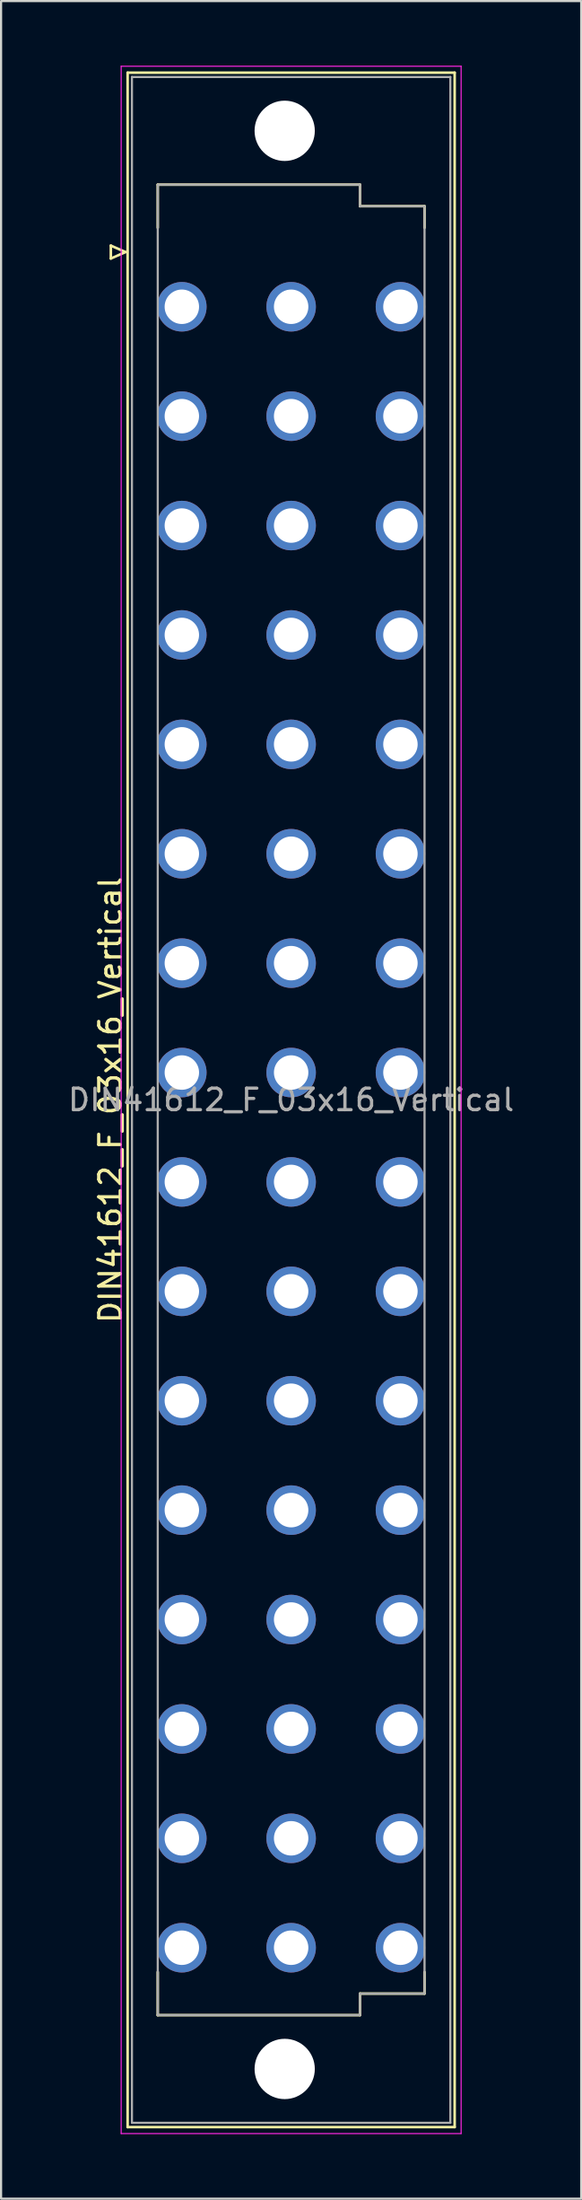
<source format=kicad_pcb>
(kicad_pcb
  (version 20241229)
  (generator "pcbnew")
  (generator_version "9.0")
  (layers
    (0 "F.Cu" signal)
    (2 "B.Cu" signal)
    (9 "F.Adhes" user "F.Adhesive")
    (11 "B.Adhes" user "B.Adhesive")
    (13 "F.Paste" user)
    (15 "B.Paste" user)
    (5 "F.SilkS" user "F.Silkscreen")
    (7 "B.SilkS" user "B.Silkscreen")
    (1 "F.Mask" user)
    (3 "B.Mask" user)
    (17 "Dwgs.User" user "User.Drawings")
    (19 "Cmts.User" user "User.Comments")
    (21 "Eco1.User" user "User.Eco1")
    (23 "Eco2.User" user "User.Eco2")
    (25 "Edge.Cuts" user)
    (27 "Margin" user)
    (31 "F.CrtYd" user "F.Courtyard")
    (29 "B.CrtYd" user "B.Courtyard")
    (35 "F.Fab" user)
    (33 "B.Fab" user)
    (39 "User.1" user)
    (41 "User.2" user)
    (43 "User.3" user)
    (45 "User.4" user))
  (footprint "DIN41612_F_03x16_Vertical"
    (layer "F.Cu")
    (at 7.942 8.655)
    (property "Reference" "DIN41612_F_03x16_Vertical" (at -5.86 39.37 90) (layer "F.SilkS") (effects (font (size 1 1) (thickness 0.15))))
    (attr through_hole)
    (fp_line (start -5.84 -0.3) (end -5.84 0.3) (stroke (width 0.12) (type solid)) (layer "F.SilkS"))
    (fp_line (start -5.84 0.3) (end -5.16 0) (stroke (width 0.12) (type solid)) (layer "F.SilkS"))
    (fp_line (start -5.16 0) (end -5.84 -0.3) (stroke (width 0.12) (type solid)) (layer "F.SilkS"))
    (fp_line (start -5.06 -8.33) (end 10.14 -8.33) (stroke (width 0.12) (type solid)) (layer "F.SilkS"))
    (fp_line (start -5.06 87.07) (end -5.06 -8.33) (stroke (width 0.12) (type solid)) (layer "F.SilkS"))
    (fp_line (start -3.66 -3.13) (end 5.74 -3.13) (stroke (width 0.12) (type solid)) (layer "F.SilkS"))
    (fp_line (start -3.66 -1.13) (end -3.66 -3.13) (stroke (width 0.12) (type solid)) (layer "F.SilkS"))
    (fp_line (start -3.66 79.87) (end -3.66 81.87) (stroke (width 0.12) (type solid)) (layer "F.SilkS"))
    (fp_line (start -3.66 81.87) (end 5.74 81.87) (stroke (width 0.12) (type solid)) (layer "F.SilkS"))
    (fp_line (start 5.74 -3.13) (end 5.74 -2.13) (stroke (width 0.12) (type solid)) (layer "F.SilkS"))
    (fp_line (start 5.74 -2.13) (end 8.74 -2.13) (stroke (width 0.12) (type solid)) (layer "F.SilkS"))
    (fp_line (start 5.74 80.87) (end 8.74 80.87) (stroke (width 0.12) (type solid)) (layer "F.SilkS"))
    (fp_line (start 5.74 81.87) (end 5.74 80.87) (stroke (width 0.12) (type solid)) (layer "F.SilkS"))
    (fp_line (start 8.74 -2.13) (end 8.74 -1.13) (stroke (width 0.12) (type solid)) (layer "F.SilkS"))
    (fp_line (start 8.74 80.87) (end 8.74 79.87) (stroke (width 0.12) (type solid)) (layer "F.SilkS"))
    (fp_line (start 10.14 -8.33) (end 10.14 87.07) (stroke (width 0.12) (type solid)) (layer "F.SilkS"))
    (fp_line (start 10.14 87.07) (end -5.06 87.07) (stroke (width 0.12) (type solid)) (layer "F.SilkS"))
    (fp_line (start -5.36 -8.63) (end 10.44 -8.63) (stroke (width 0.05) (type solid)) (layer "F.CrtYd"))
    (fp_line (start -5.36 87.37) (end -5.36 -8.63) (stroke (width 0.05) (type solid)) (layer "F.CrtYd"))
    (fp_line (start 10.44 -8.63) (end 10.44 87.37) (stroke (width 0.05) (type solid)) (layer "F.CrtYd"))
    (fp_line (start 10.44 87.37) (end -5.36 87.37) (stroke (width 0.05) (type solid)) (layer "F.CrtYd"))
    (fp_line (start -4.86 -8.13) (end 9.94 -8.13) (stroke (width 0.1) (type solid)) (layer "F.Fab"))
    (fp_line (start -4.86 86.87) (end -4.86 -8.13) (stroke (width 0.1) (type solid)) (layer "F.Fab"))
    (fp_line (start -3.66 -3.13) (end 5.74 -3.13) (stroke (width 0.1) (type solid)) (layer "F.Fab"))
    (fp_line (start -3.66 81.87) (end -3.66 -3.13) (stroke (width 0.1) (type solid)) (layer "F.Fab"))
    (fp_line (start 5.74 -3.13) (end 5.74 -2.13) (stroke (width 0.1) (type solid)) (layer "F.Fab"))
    (fp_line (start 5.74 -2.13) (end 8.74 -2.13) (stroke (width 0.1) (type solid)) (layer "F.Fab"))
    (fp_line (start 5.74 80.87) (end 5.74 81.87) (stroke (width 0.1) (type solid)) (layer "F.Fab"))
    (fp_line (start 5.74 81.87) (end -3.66 81.87) (stroke (width 0.1) (type solid)) (layer "F.Fab"))
    (fp_line (start 8.74 -2.13) (end 8.74 80.87) (stroke (width 0.1) (type solid)) (layer "F.Fab"))
    (fp_line (start 8.74 80.87) (end 5.74 80.87) (stroke (width 0.1) (type solid)) (layer "F.Fab"))
    (fp_line (start 9.94 -8.13) (end 9.94 86.87) (stroke (width 0.1) (type solid)) (layer "F.Fab"))
    (fp_line (start 9.94 86.87) (end -4.86 86.87) (stroke (width 0.1) (type solid)) (layer "F.Fab"))
    (fp_text user "${REFERENCE}" (at 2.54 39.37 0) (layer "F.Fab") (effects (font (size 1 1) (thickness 0.15))))
    (pad "" np_thru_hole circle (at 2.24 -5.63) (size 2.8 2.8) (drill 2.8) (layers "*.Cu" "*.Mask"))
    (pad "" np_thru_hole circle (at 2.24 84.37) (size 2.8 2.8) (drill 2.8) (layers "*.Cu" "*.Mask"))
    (pad "b2" thru_hole circle (at 2.54 2.54) (size 2.3 2.3) (drill 1.6) (layers "*.Cu" "*.Mask"))
    (pad "b4" thru_hole circle (at 2.54 7.62) (size 2.3 2.3) (drill 1.6) (layers "*.Cu" "*.Mask"))
    (pad "b6" thru_hole circle (at 2.54 12.7) (size 2.3 2.3) (drill 1.6) (layers "*.Cu" "*.Mask"))
    (pad "b8" thru_hole circle (at 2.54 17.78) (size 2.3 2.3) (drill 1.6) (layers "*.Cu" "*.Mask"))
    (pad "b10" thru_hole circle (at 2.54 22.86) (size 2.3 2.3) (drill 1.6) (layers "*.Cu" "*.Mask"))
    (pad "b12" thru_hole circle (at 2.54 27.94) (size 2.3 2.3) (drill 1.6) (layers "*.Cu" "*.Mask"))
    (pad "b14" thru_hole circle (at 2.54 33.02) (size 2.3 2.3) (drill 1.6) (layers "*.Cu" "*.Mask"))
    (pad "b16" thru_hole circle (at 2.54 38.1) (size 2.3 2.3) (drill 1.6) (layers "*.Cu" "*.Mask"))
    (pad "b18" thru_hole circle (at 2.54 43.18) (size 2.3 2.3) (drill 1.6) (layers "*.Cu" "*.Mask"))
    (pad "b20" thru_hole circle (at 2.54 48.26) (size 2.3 2.3) (drill 1.6) (layers "*.Cu" "*.Mask"))
    (pad "b22" thru_hole circle (at 2.54 53.34) (size 2.3 2.3) (drill 1.6) (layers "*.Cu" "*.Mask"))
    (pad "b24" thru_hole circle (at 2.54 58.42) (size 2.3 2.3) (drill 1.6) (layers "*.Cu" "*.Mask"))
    (pad "b26" thru_hole circle (at 2.54 63.5) (size 2.3 2.3) (drill 1.6) (layers "*.Cu" "*.Mask"))
    (pad "b28" thru_hole circle (at 2.54 68.58) (size 2.3 2.3) (drill 1.6) (layers "*.Cu" "*.Mask"))
    (pad "b30" thru_hole circle (at 2.54 73.66) (size 2.3 2.3) (drill 1.6) (layers "*.Cu" "*.Mask"))
    (pad "b32" thru_hole circle (at 2.54 78.74) (size 2.3 2.3) (drill 1.6) (layers "*.Cu" "*.Mask"))
    (pad "d2" thru_hole circle (at 7.62 2.54) (size 2.3 2.3) (drill 1.6) (layers "*.Cu" "*.Mask"))
    (pad "d4" thru_hole circle (at 7.62 7.62) (size 2.3 2.3) (drill 1.6) (layers "*.Cu" "*.Mask"))
    (pad "d6" thru_hole circle (at 7.62 12.7) (size 2.3 2.3) (drill 1.6) (layers "*.Cu" "*.Mask"))
    (pad "d8" thru_hole circle (at 7.62 17.78) (size 2.3 2.3) (drill 1.6) (layers "*.Cu" "*.Mask"))
    (pad "d10" thru_hole circle (at 7.62 22.86) (size 2.3 2.3) (drill 1.6) (layers "*.Cu" "*.Mask"))
    (pad "d12" thru_hole circle (at 7.62 27.94) (size 2.3 2.3) (drill 1.6) (layers "*.Cu" "*.Mask"))
    (pad "d14" thru_hole circle (at 7.62 33.02) (size 2.3 2.3) (drill 1.6) (layers "*.Cu" "*.Mask"))
    (pad "d16" thru_hole circle (at 7.62 38.1) (size 2.3 2.3) (drill 1.6) (layers "*.Cu" "*.Mask"))
    (pad "d18" thru_hole circle (at 7.62 43.18) (size 2.3 2.3) (drill 1.6) (layers "*.Cu" "*.Mask"))
    (pad "d20" thru_hole circle (at 7.62 48.26) (size 2.3 2.3) (drill 1.6) (layers "*.Cu" "*.Mask"))
    (pad "d22" thru_hole circle (at 7.62 53.34) (size 2.3 2.3) (drill 1.6) (layers "*.Cu" "*.Mask"))
    (pad "d24" thru_hole circle (at 7.62 58.42) (size 2.3 2.3) (drill 1.6) (layers "*.Cu" "*.Mask"))
    (pad "d26" thru_hole circle (at 7.62 63.5) (size 2.3 2.3) (drill 1.6) (layers "*.Cu" "*.Mask"))
    (pad "d28" thru_hole circle (at 7.62 68.58) (size 2.3 2.3) (drill 1.6) (layers "*.Cu" "*.Mask"))
    (pad "d30" thru_hole circle (at 7.62 73.66) (size 2.3 2.3) (drill 1.6) (layers "*.Cu" "*.Mask"))
    (pad "d32" thru_hole circle (at 7.62 78.74) (size 2.3 2.3) (drill 1.6) (layers "*.Cu" "*.Mask"))
    (pad "z2" thru_hole circle (at -2.54 2.54) (size 2.3 2.3) (drill 1.6) (layers "*.Cu" "*.Mask"))
    (pad "z4" thru_hole circle (at -2.54 7.62) (size 2.3 2.3) (drill 1.6) (layers "*.Cu" "*.Mask"))
    (pad "z6" thru_hole circle (at -2.54 12.7) (size 2.3 2.3) (drill 1.6) (layers "*.Cu" "*.Mask"))
    (pad "z8" thru_hole circle (at -2.54 17.78) (size 2.3 2.3) (drill 1.6) (layers "*.Cu" "*.Mask"))
    (pad "z10" thru_hole circle (at -2.54 22.86) (size 2.3 2.3) (drill 1.6) (layers "*.Cu" "*.Mask"))
    (pad "z12" thru_hole circle (at -2.54 27.94) (size 2.3 2.3) (drill 1.6) (layers "*.Cu" "*.Mask"))
    (pad "z14" thru_hole circle (at -2.54 33.02) (size 2.3 2.3) (drill 1.6) (layers "*.Cu" "*.Mask"))
    (pad "z16" thru_hole circle (at -2.54 38.1) (size 2.3 2.3) (drill 1.6) (layers "*.Cu" "*.Mask"))
    (pad "z18" thru_hole circle (at -2.54 43.18) (size 2.3 2.3) (drill 1.6) (layers "*.Cu" "*.Mask"))
    (pad "z20" thru_hole circle (at -2.54 48.26) (size 2.3 2.3) (drill 1.6) (layers "*.Cu" "*.Mask"))
    (pad "z22" thru_hole circle (at -2.54 53.34) (size 2.3 2.3) (drill 1.6) (layers "*.Cu" "*.Mask"))
    (pad "z24" thru_hole circle (at -2.54 58.42) (size 2.3 2.3) (drill 1.6) (layers "*.Cu" "*.Mask"))
    (pad "z26" thru_hole circle (at -2.54 63.5) (size 2.3 2.3) (drill 1.6) (layers "*.Cu" "*.Mask"))
    (pad "z28" thru_hole circle (at -2.54 68.58) (size 2.3 2.3) (drill 1.6) (layers "*.Cu" "*.Mask"))
    (pad "z30" thru_hole circle (at -2.54 73.66) (size 2.3 2.3) (drill 1.6) (layers "*.Cu" "*.Mask"))
    (pad "z32" thru_hole circle (at -2.54 78.74) (size 2.3 2.3) (drill 1.6) (layers "*.Cu" "*.Mask")))
  (gr_rect
    (start -3 -3)
    (end 23.964 99.05)
    (stroke (width 0.1) (type default))
    (fill no)
    (layer "Edge.Cuts")))
</source>
